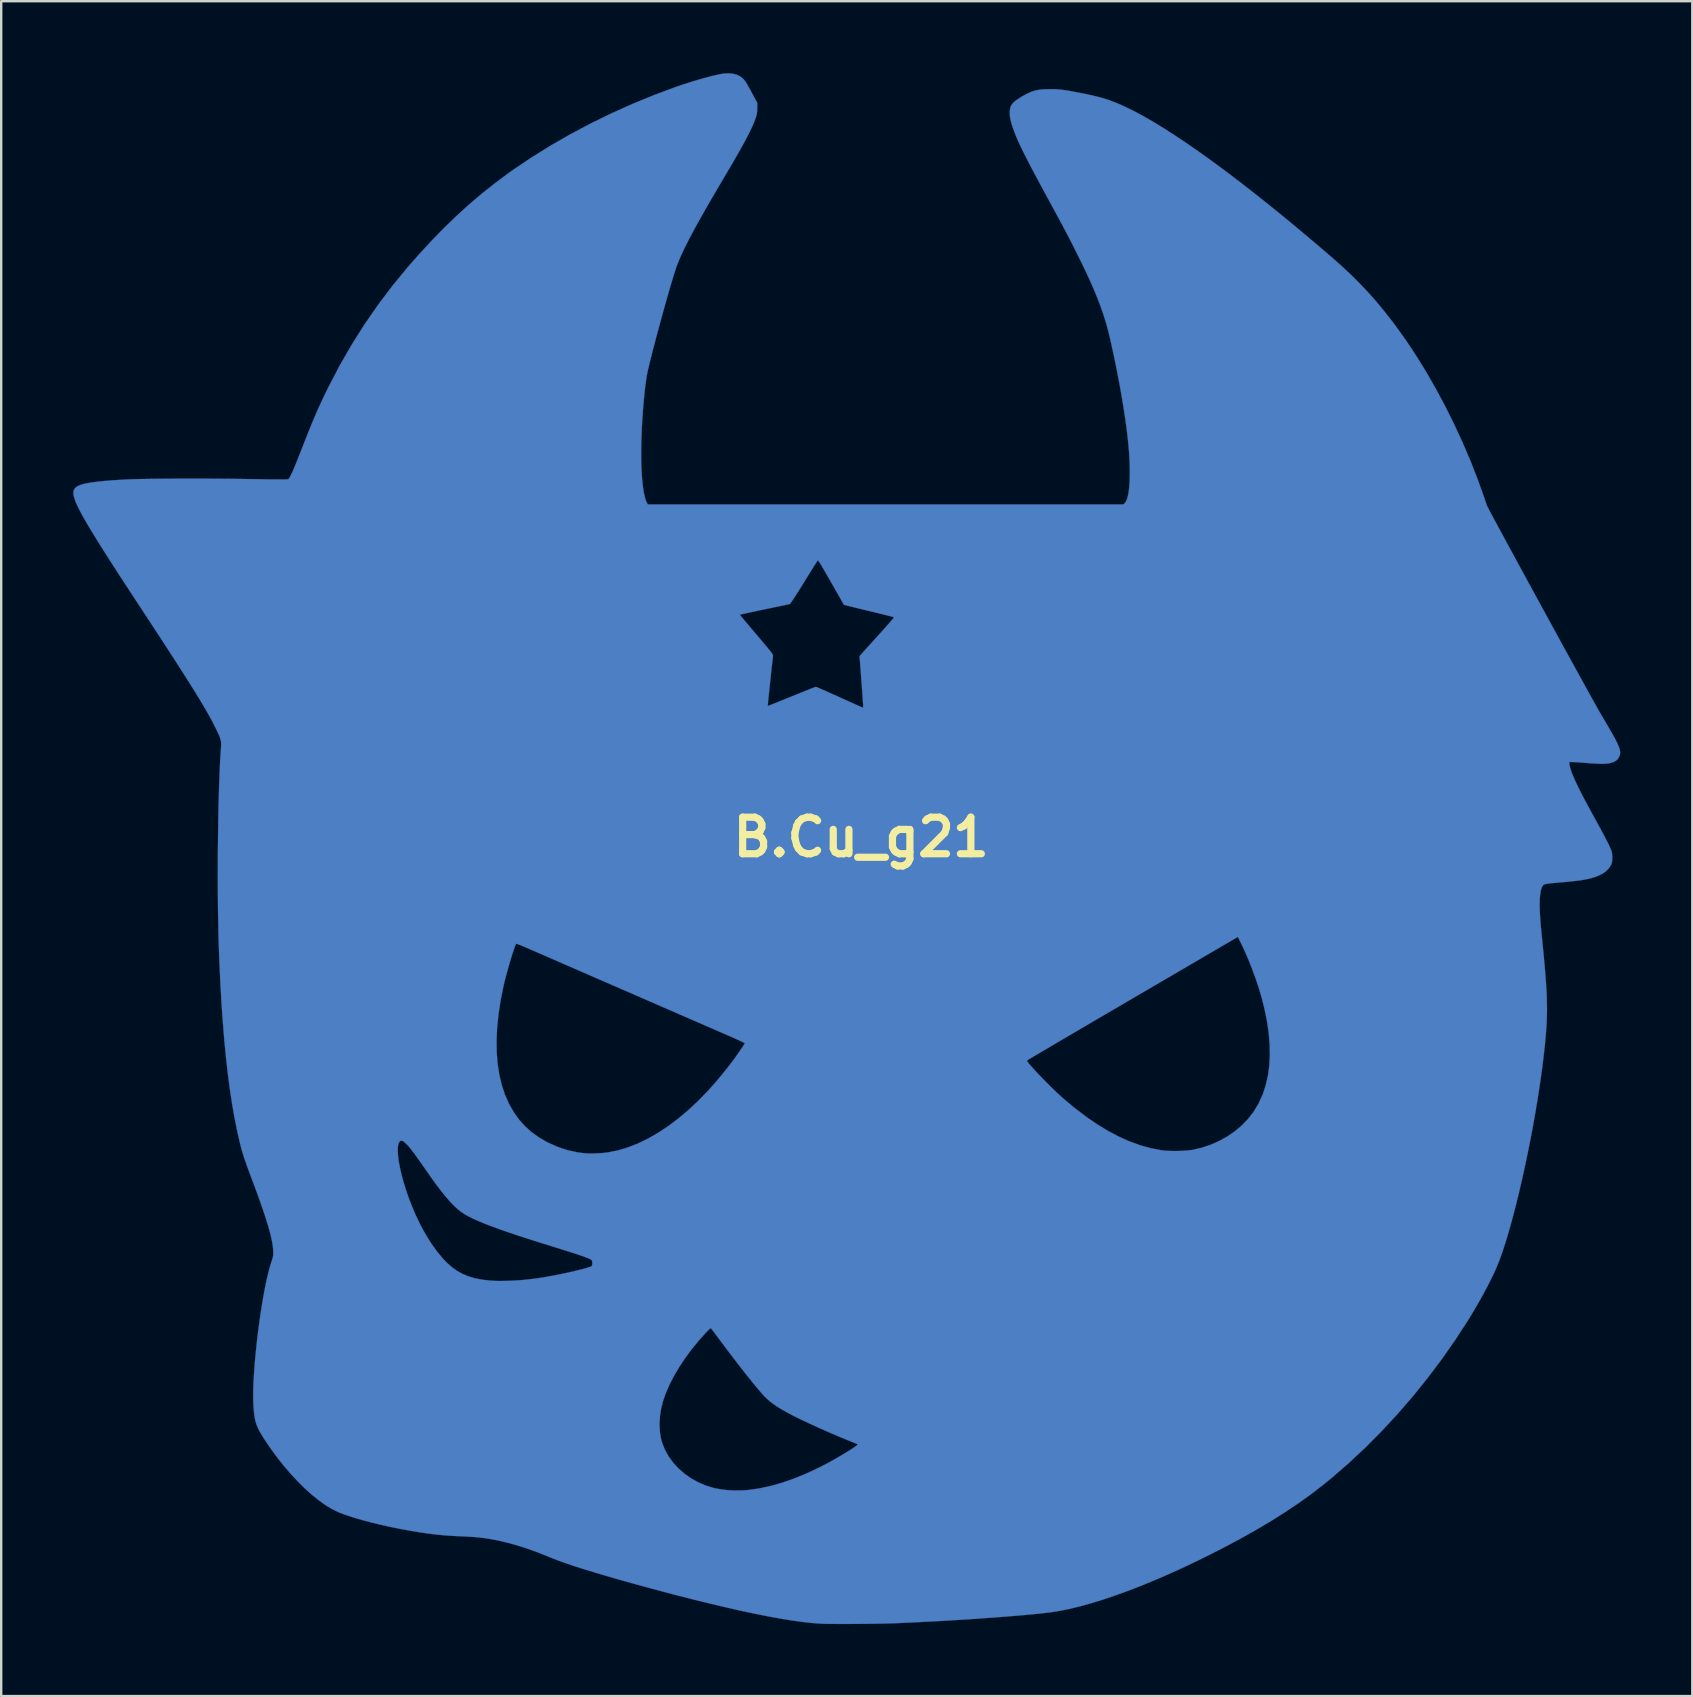
<source format=kicad_pcb>
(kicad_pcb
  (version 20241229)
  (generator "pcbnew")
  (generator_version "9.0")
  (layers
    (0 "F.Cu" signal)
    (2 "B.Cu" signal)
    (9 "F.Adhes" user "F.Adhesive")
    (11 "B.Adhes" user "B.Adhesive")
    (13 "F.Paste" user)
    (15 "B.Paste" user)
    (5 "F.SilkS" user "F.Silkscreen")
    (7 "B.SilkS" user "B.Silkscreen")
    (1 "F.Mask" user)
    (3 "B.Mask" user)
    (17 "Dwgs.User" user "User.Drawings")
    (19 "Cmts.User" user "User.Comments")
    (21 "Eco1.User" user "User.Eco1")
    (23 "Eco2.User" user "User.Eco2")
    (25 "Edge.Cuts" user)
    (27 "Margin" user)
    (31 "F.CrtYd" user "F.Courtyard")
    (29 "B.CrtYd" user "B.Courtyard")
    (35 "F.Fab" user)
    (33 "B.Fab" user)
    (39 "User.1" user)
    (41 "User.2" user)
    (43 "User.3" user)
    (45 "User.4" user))
  (footprint "B.Cu_g21"
    (layer "F.Cu")
    (at 32.827 31.831)
    (property "Reference" "B.Cu_g21" (at 0 0 0) (layer "F.SilkS") (effects (font (size 1.524 1.524) (thickness 0.3))))
    (attr through_hole)
    (fp_poly (pts (xy -5.335 -31.808) (xy -5.164 -31.76) (xy -5.017 -31.685) (xy -4.921 -31.606) (xy -4.888 -31.57) (xy -4.856 -31.532) (xy -4.823 -31.487) (xy -4.786 -31.43) (xy -4.742 -31.356) (xy -4.688 -31.26) (xy -4.62 -31.137) (xy -4.537 -30.982) (xy -4.517 -30.946) (xy -4.329 -30.596) (xy -4.33 -30.374) (xy -4.332 -30.262) (xy -4.339 -30.174) (xy -4.355 -30.093) (xy -4.382 -30.001) (xy -4.399 -29.951) (xy -4.444 -29.828) (xy -4.499 -29.694) (xy -4.566 -29.546) (xy -4.645 -29.381) (xy -4.739 -29.197) (xy -4.847 -28.992) (xy -4.972 -28.764) (xy -5.115 -28.51) (xy -5.277 -28.228) (xy -5.458 -27.916) (xy -5.662 -27.571) (xy -5.725 -27.464) (xy -5.995 -27.006) (xy -6.243 -26.583) (xy -6.469 -26.191) (xy -6.674 -25.83) (xy -6.859 -25.497) (xy -7.025 -25.191) (xy -7.173 -24.91) (xy -7.304 -24.653) (xy -7.418 -24.418) (xy -7.517 -24.203) (xy -7.601 -24.006) (xy -7.672 -23.827) (xy -7.716 -23.702) (xy -7.763 -23.558) (xy -7.818 -23.382) (xy -7.88 -23.178) (xy -7.948 -22.95) (xy -8.02 -22.701) (xy -8.096 -22.436) (xy -8.174 -22.158) (xy -8.254 -21.872) (xy -8.334 -21.581) (xy -8.413 -21.289) (xy -8.491 -21.001) (xy -8.566 -20.719) (xy -8.637 -20.449) (xy -8.703 -20.194) (xy -8.763 -19.957) (xy -8.816 -19.743) (xy -8.861 -19.556) (xy -8.897 -19.399) (xy -8.922 -19.277) (xy -8.932 -19.226) (xy -8.967 -18.99) (xy -9.002 -18.719) (xy -9.034 -18.418) (xy -9.065 -18.095) (xy -9.092 -17.756) (xy -9.116 -17.408) (xy -9.136 -17.056) (xy -9.144 -16.891) (xy -9.158 -16.498) (xy -9.164 -16.121) (xy -9.163 -15.763) (xy -9.154 -15.427) (xy -9.139 -15.116) (xy -9.117 -14.832) (xy -9.088 -14.577) (xy -9.053 -14.355) (xy -9.011 -14.168) (xy -8.963 -14.019) (xy -8.933 -13.951) (xy -8.889 -13.864) (xy 10.916 -13.864) (xy 10.971 -13.907) (xy 11.028 -13.975) (xy 11.076 -14.083) (xy 11.117 -14.227) (xy 11.15 -14.405) (xy 11.173 -14.615) (xy 11.189 -14.854) (xy 11.195 -15.119) (xy 11.193 -15.41) (xy 11.182 -15.721) (xy 11.162 -16.053) (xy 11.132 -16.401) (xy 11.122 -16.499) (xy 11.073 -16.93) (xy 11.01 -17.394) (xy 10.936 -17.888) (xy 10.85 -18.404) (xy 10.754 -18.937) (xy 10.649 -19.483) (xy 10.536 -20.034) (xy 10.423 -20.553) (xy 10.369 -20.788) (xy 10.321 -20.991) (xy 10.276 -21.17) (xy 10.231 -21.335) (xy 10.184 -21.494) (xy 10.133 -21.658) (xy 10.075 -21.834) (xy 10.062 -21.87) (xy 9.969 -22.136) (xy 9.867 -22.405) (xy 9.755 -22.683) (xy 9.631 -22.974) (xy 9.493 -23.282) (xy 9.338 -23.614) (xy 9.165 -23.973) (xy 9.024 -24.257) (xy 8.943 -24.42) (xy 8.867 -24.57) (xy 8.796 -24.711) (xy 8.727 -24.847) (xy 8.658 -24.981) (xy 8.586 -25.118) (xy 8.51 -25.263) (xy 8.428 -25.418) (xy 8.337 -25.588) (xy 8.235 -25.778) (xy 8.12 -25.99) (xy 7.99 -26.23) (xy 7.843 -26.501) (xy 7.768 -26.638) (xy 7.57 -27.004) (xy 7.392 -27.335) (xy 7.232 -27.634) (xy 7.089 -27.904) (xy 6.962 -28.148) (xy 6.849 -28.368) (xy 6.75 -28.566) (xy 6.663 -28.745) (xy 6.586 -28.908) (xy 6.519 -29.057) (xy 6.46 -29.194) (xy 6.408 -29.323) (xy 6.375 -29.411) (xy 6.307 -29.6) (xy 6.257 -29.76) (xy 6.223 -29.898) (xy 6.202 -30.021) (xy 6.194 -30.139) (xy 6.193 -30.163) (xy 6.198 -30.288) (xy 6.216 -30.395) (xy 6.253 -30.488) (xy 6.313 -30.574) (xy 6.399 -30.657) (xy 6.516 -30.743) (xy 6.667 -30.839) (xy 6.696 -30.856) (xy 6.879 -30.958) (xy 7.042 -31.036) (xy 7.198 -31.093) (xy 7.357 -31.131) (xy 7.53 -31.154) (xy 7.728 -31.165) (xy 7.853 -31.166) (xy 7.984 -31.165) (xy 8.103 -31.162) (xy 8.218 -31.155) (xy 8.335 -31.144) (xy 8.461 -31.128) (xy 8.602 -31.107) (xy 8.765 -31.078) (xy 8.958 -31.042) (xy 9.144 -31.006) (xy 9.432 -30.948) (xy 9.685 -30.892) (xy 9.912 -30.836) (xy 10.121 -30.777) (xy 10.319 -30.713) (xy 10.514 -30.641) (xy 10.715 -30.559) (xy 10.928 -30.465) (xy 10.986 -30.439) (xy 11.35 -30.261) (xy 11.742 -30.052) (xy 12.16 -29.812) (xy 12.604 -29.541) (xy 13.072 -29.241) (xy 13.564 -28.912) (xy 14.079 -28.555) (xy 14.617 -28.169) (xy 15.176 -27.756) (xy 15.756 -27.316) (xy 16.356 -26.85) (xy 16.975 -26.358) (xy 17.613 -25.841) (xy 18.268 -25.299) (xy 18.94 -24.733) (xy 19.569 -24.195) (xy 19.996 -23.818) (xy 20.391 -23.45) (xy 20.762 -23.083) (xy 21.114 -22.711) (xy 21.456 -22.325) (xy 21.793 -21.918) (xy 22.133 -21.483) (xy 22.244 -21.336) (xy 22.682 -20.728) (xy 23.111 -20.082) (xy 23.531 -19.403) (xy 23.937 -18.698) (xy 24.327 -17.969) (xy 24.699 -17.223) (xy 25.051 -16.464) (xy 25.379 -15.697) (xy 25.681 -14.926) (xy 25.907 -14.298) (xy 25.951 -14.17) (xy 25.993 -14.049) (xy 26.03 -13.942) (xy 26.059 -13.859) (xy 26.075 -13.811) (xy 26.09 -13.78) (xy 26.124 -13.714) (xy 26.175 -13.615) (xy 26.244 -13.485) (xy 26.329 -13.326) (xy 26.429 -13.14) (xy 26.543 -12.929) (xy 26.669 -12.696) (xy 26.807 -12.441) (xy 26.955 -12.167) (xy 27.113 -11.877) (xy 27.279 -11.572) (xy 27.451 -11.254) (xy 27.63 -10.925) (xy 27.814 -10.588) (xy 28.002 -10.244) (xy 28.192 -9.895) (xy 28.384 -9.544) (xy 28.576 -9.192) (xy 28.768 -8.842) (xy 28.958 -8.495) (xy 29.145 -8.153) (xy 29.328 -7.819) (xy 29.506 -7.495) (xy 29.678 -7.182) (xy 29.843 -6.882) (xy 29.999 -6.598) (xy 30.146 -6.332) (xy 30.282 -6.086) (xy 30.406 -5.861) (xy 30.518 -5.66) (xy 30.616 -5.485) (xy 30.698 -5.337) (xy 30.765 -5.22) (xy 30.814 -5.134) (xy 30.833 -5.101) (xy 30.993 -4.832) (xy 31.132 -4.595) (xy 31.251 -4.389) (xy 31.351 -4.211) (xy 31.434 -4.058) (xy 31.5 -3.926) (xy 31.55 -3.814) (xy 31.587 -3.719) (xy 31.61 -3.638) (xy 31.622 -3.567) (xy 31.624 -3.505) (xy 31.616 -3.448) (xy 31.6 -3.394) (xy 31.583 -3.354) (xy 31.524 -3.258) (xy 31.44 -3.181) (xy 31.33 -3.124) (xy 31.19 -3.085) (xy 31.018 -3.063) (xy 30.812 -3.058) (xy 30.577 -3.069) (xy 30.437 -3.079) (xy 30.285 -3.09) (xy 30.138 -3.101) (xy 30.014 -3.111) (xy 30.004 -3.112) (xy 29.89 -3.12) (xy 29.777 -3.126) (xy 29.681 -3.131) (xy 29.625 -3.132) (xy 29.501 -3.133) (xy 29.514 -3.014) (xy 29.538 -2.898) (xy 29.586 -2.747) (xy 29.657 -2.563) (xy 29.752 -2.346) (xy 29.87 -2.097) (xy 30.011 -1.816) (xy 30.174 -1.504) (xy 30.352 -1.175) (xy 30.512 -0.884) (xy 30.652 -0.628) (xy 30.773 -0.404) (xy 30.878 -0.21) (xy 30.967 -0.043) (xy 31.041 0.098) (xy 31.101 0.216) (xy 31.15 0.314) (xy 31.187 0.394) (xy 31.215 0.457) (xy 31.215 0.458) (xy 31.253 0.554) (xy 31.276 0.629) (xy 31.288 0.702) (xy 31.293 0.789) (xy 31.294 0.847) (xy 31.293 0.947) (xy 31.287 1.019) (xy 31.274 1.077) (xy 31.252 1.134) (xy 31.236 1.168) (xy 31.142 1.311) (xy 31.01 1.438) (xy 30.839 1.547) (xy 30.631 1.64) (xy 30.39 1.714) (xy 30.277 1.74) (xy 30.157 1.764) (xy 30.023 1.787) (xy 29.872 1.808) (xy 29.697 1.829) (xy 29.493 1.85) (xy 29.255 1.872) (xy 29.116 1.884) (xy 28.93 1.9) (xy 28.781 1.915) (xy 28.665 1.928) (xy 28.577 1.94) (xy 28.512 1.953) (xy 28.466 1.967) (xy 28.434 1.984) (xy 28.411 2.003) (xy 28.401 2.015) (xy 28.355 2.101) (xy 28.318 2.225) (xy 28.291 2.384) (xy 28.274 2.575) (xy 28.268 2.794) (xy 28.273 3.039) (xy 28.278 3.143) (xy 28.284 3.239) (xy 28.289 3.323) (xy 28.294 3.402) (xy 28.299 3.48) (xy 28.306 3.561) (xy 28.313 3.651) (xy 28.323 3.755) (xy 28.334 3.877) (xy 28.348 4.023) (xy 28.366 4.198) (xy 28.386 4.407) (xy 28.404 4.583) (xy 28.445 5.005) (xy 28.48 5.39) (xy 28.509 5.741) (xy 28.533 6.064) (xy 28.552 6.363) (xy 28.565 6.642) (xy 28.572 6.906) (xy 28.574 7.159) (xy 28.572 7.405) (xy 28.564 7.649) (xy 28.551 7.896) (xy 28.533 8.149) (xy 28.51 8.414) (xy 28.489 8.636) (xy 28.438 9.102) (xy 28.379 9.587) (xy 28.31 10.088) (xy 28.233 10.601) (xy 28.149 11.123) (xy 28.059 11.652) (xy 27.963 12.183) (xy 27.861 12.713) (xy 27.755 13.24) (xy 27.645 13.76) (xy 27.532 14.271) (xy 27.417 14.768) (xy 27.299 15.249) (xy 27.181 15.71) (xy 27.063 16.148) (xy 26.944 16.561) (xy 26.827 16.944) (xy 26.712 17.295) (xy 26.598 17.611) (xy 26.488 17.887) (xy 26.48 17.907) (xy 26.369 18.156) (xy 26.235 18.433) (xy 26.084 18.73) (xy 25.918 19.041) (xy 25.74 19.36) (xy 25.555 19.68) (xy 25.366 19.994) (xy 25.309 20.087) (xy 24.773 20.914) (xy 24.207 21.725) (xy 23.612 22.517) (xy 22.992 23.287) (xy 22.348 24.031) (xy 21.684 24.748) (xy 21.002 25.434) (xy 20.305 26.085) (xy 19.596 26.7) (xy 19.236 26.993) (xy 18.747 27.37) (xy 18.225 27.744) (xy 17.668 28.117) (xy 17.077 28.49) (xy 16.448 28.863) (xy 15.781 29.237) (xy 15.075 29.613) (xy 14.329 29.991) (xy 14.235 30.037) (xy 13.604 30.341) (xy 12.983 30.627) (xy 12.375 30.893) (xy 11.781 31.14) (xy 11.203 31.366) (xy 10.645 31.57) (xy 10.107 31.753) (xy 9.593 31.912) (xy 9.105 32.047) (xy 8.645 32.158) (xy 8.214 32.242) (xy 8.123 32.258) (xy 7.941 32.285) (xy 7.719 32.313) (xy 7.461 32.342) (xy 7.17 32.372) (xy 6.847 32.402) (xy 6.497 32.433) (xy 6.121 32.464) (xy 5.723 32.495) (xy 5.306 32.526) (xy 4.872 32.556) (xy 4.424 32.586) (xy 3.966 32.615) (xy 3.5 32.643) (xy 3.029 32.669) (xy 2.555 32.694) (xy 2.083 32.717) (xy 1.614 32.739) (xy 1.45 32.746) (xy 1.297 32.751) (xy 1.115 32.756) (xy 0.909 32.761) (xy 0.683 32.765) (xy 0.443 32.769) (xy 0.193 32.772) (xy -0.062 32.774) (xy -0.316 32.776) (xy -0.564 32.777) (xy -0.802 32.777) (xy -1.025 32.777) (xy -1.228 32.775) (xy -1.406 32.774) (xy -1.553 32.771) (xy -1.665 32.767) (xy -1.702 32.765) (xy -2.055 32.737) (xy -2.446 32.693) (xy -2.876 32.634) (xy -3.344 32.558) (xy -3.85 32.466) (xy -4.394 32.358) (xy -4.976 32.235) (xy -5.595 32.095) (xy -6.252 31.94) (xy -6.945 31.77) (xy -7.675 31.584) (xy -8.441 31.382) (xy -8.932 31.249) (xy -9.536 31.084) (xy -10.098 30.926) (xy -10.619 30.776) (xy -11.099 30.633) (xy -11.537 30.499) (xy -11.934 30.372) (xy -12.289 30.253) (xy -12.604 30.141) (xy -12.877 30.037) (xy -13.069 29.958) (xy -13.474 29.795) (xy -13.894 29.644) (xy -14.317 29.509) (xy -14.733 29.393) (xy -15.132 29.299) (xy -15.315 29.263) (xy -15.521 29.227) (xy -15.716 29.198) (xy -15.909 29.175) (xy -16.111 29.156) (xy -16.333 29.141) (xy -16.583 29.129) (xy -16.681 29.125) (xy -17.019 29.109) (xy -17.348 29.086) (xy -17.677 29.055) (xy -18.012 29.015) (xy -18.361 28.964) (xy -18.733 28.903) (xy -19.134 28.83) (xy -19.315 28.795) (xy -19.66 28.724) (xy -20.003 28.647) (xy -20.337 28.567) (xy -20.657 28.484) (xy -20.959 28.399) (xy -21.236 28.315) (xy -21.485 28.233) (xy -21.699 28.153) (xy -21.787 28.117) (xy -22.047 27.989) (xy -22.318 27.825) (xy -22.598 27.625) (xy -22.885 27.393) (xy -23.176 27.132) (xy -23.468 26.843) (xy -23.759 26.53) (xy -24.047 26.195) (xy -24.328 25.841) (xy -24.6 25.469) (xy -24.812 25.157) (xy -24.937 24.963) (xy -25.038 24.794) (xy -25.118 24.642) (xy -25.18 24.497) (xy -25.189 24.469) (xy -8.401 24.469) (xy -8.384 24.779) (xy -8.334 25.072) (xy -8.287 25.24) (xy -8.171 25.528) (xy -8.017 25.802) (xy -7.829 26.06) (xy -7.61 26.299) (xy -7.362 26.515) (xy -7.089 26.708) (xy -6.795 26.873) (xy -6.482 27.008) (xy -6.153 27.11) (xy -6.085 27.126) (xy -5.832 27.173) (xy -5.552 27.204) (xy -5.258 27.218) (xy -4.963 27.215) (xy -4.717 27.199) (xy -4.256 27.134) (xy -3.779 27.032) (xy -3.286 26.892) (xy -2.779 26.715) (xy -2.258 26.501) (xy -1.725 26.25) (xy -1.545 26.158) (xy -1.397 26.08) (xy -1.241 25.994) (xy -1.081 25.904) (xy -0.922 25.812) (xy -0.767 25.72) (xy -0.62 25.63) (xy -0.485 25.547) (xy -0.367 25.471) (xy -0.27 25.405) (xy -0.197 25.352) (xy -0.153 25.315) (xy -0.141 25.295) (xy -0.142 25.294) (xy -0.167 25.281) (xy -0.224 25.256) (xy -0.303 25.224) (xy -0.392 25.188) (xy -0.638 25.089) (xy -0.905 24.979) (xy -1.187 24.859) (xy -1.474 24.734) (xy -1.761 24.606) (xy -2.041 24.479) (xy -2.305 24.356) (xy -2.547 24.241) (xy -2.759 24.136) (xy -2.832 24.098) (xy -3.081 23.967) (xy -3.295 23.846) (xy -3.481 23.734) (xy -3.642 23.625) (xy -3.786 23.516) (xy -3.916 23.403) (xy -4.038 23.283) (xy -4.146 23.164) (xy -4.286 23.001) (xy -4.446 22.808) (xy -4.625 22.587) (xy -4.819 22.344) (xy -5.025 22.081) (xy -5.24 21.803) (xy -5.461 21.514) (xy -5.685 21.217) (xy -5.909 20.917) (xy -5.967 20.839) (xy -6.049 20.728) (xy -6.123 20.63) (xy -6.185 20.548) (xy -6.232 20.489) (xy -6.259 20.456) (xy -6.264 20.452) (xy -6.286 20.464) (xy -6.331 20.504) (xy -6.395 20.568) (xy -6.475 20.651) (xy -6.566 20.75) (xy -6.665 20.86) (xy -6.767 20.977) (xy -6.786 20.998) (xy -7.075 21.353) (xy -7.342 21.716) (xy -7.584 22.082) (xy -7.799 22.447) (xy -7.984 22.806) (xy -8.136 23.156) (xy -8.252 23.488) (xy -8.335 23.818) (xy -8.384 24.147) (xy -8.401 24.469) (xy -25.189 24.469) (xy -25.227 24.353) (xy -25.262 24.2) (xy -25.287 24.029) (xy -25.306 23.834) (xy -25.317 23.686) (xy -25.326 23.44) (xy -25.327 23.161) (xy -25.32 22.853) (xy -25.304 22.52) (xy -25.281 22.167) (xy -25.252 21.797) (xy -25.216 21.416) (xy -25.175 21.028) (xy -25.128 20.636) (xy -25.077 20.247) (xy -25.023 19.863) (xy -24.964 19.489) (xy -24.903 19.13) (xy -24.84 18.79) (xy -24.775 18.474) (xy -24.708 18.185) (xy -24.641 17.929) (xy -24.574 17.71) (xy -24.555 17.653) (xy -24.518 17.536) (xy -24.497 17.436) (xy -24.49 17.331) (xy -24.49 17.314) (xy -24.496 17.175) (xy -24.513 17.018) (xy -24.542 16.843) (xy -24.583 16.647) (xy -24.639 16.427) (xy -24.708 16.182) (xy -24.792 15.91) (xy -24.891 15.608) (xy -25.005 15.276) (xy -25.136 14.909) (xy -25.284 14.507) (xy -25.343 14.351) (xy -25.437 14.099) (xy -25.518 13.881) (xy -25.587 13.693) (xy -25.645 13.528) (xy -25.695 13.384) (xy -25.738 13.253) (xy -25.775 13.131) (xy -25.809 13.014) (xy -25.815 12.991) (xy -19.306 12.991) (xy -19.303 13.16) (xy -19.284 13.355) (xy -19.252 13.573) (xy -19.205 13.811) (xy -19.146 14.066) (xy -19.074 14.335) (xy -18.989 14.614) (xy -18.894 14.901) (xy -18.787 15.191) (xy -18.752 15.282) (xy -18.565 15.728) (xy -18.363 16.149) (xy -18.149 16.542) (xy -17.924 16.905) (xy -17.69 17.235) (xy -17.45 17.527) (xy -17.269 17.718) (xy -17.061 17.905) (xy -16.843 18.062) (xy -16.61 18.192) (xy -16.359 18.297) (xy -16.084 18.377) (xy -15.781 18.436) (xy -15.445 18.474) (xy -15.391 18.478) (xy -15.229 18.486) (xy -15.036 18.489) (xy -14.822 18.486) (xy -14.598 18.48) (xy -14.374 18.468) (xy -14.16 18.453) (xy -14.065 18.444) (xy -13.831 18.42) (xy -13.615 18.394) (xy -13.404 18.364) (xy -13.183 18.329) (xy -12.939 18.285) (xy -12.89 18.277) (xy -12.7 18.24) (xy -12.503 18.2) (xy -12.305 18.158) (xy -12.11 18.115) (xy -11.923 18.071) (xy -11.749 18.029) (xy -11.591 17.989) (xy -11.456 17.952) (xy -11.348 17.919) (xy -11.271 17.893) (xy -11.23 17.873) (xy -11.227 17.87) (xy -11.207 17.827) (xy -11.198 17.761) (xy -11.202 17.691) (xy -11.218 17.635) (xy -11.224 17.625) (xy -11.248 17.603) (xy -11.294 17.576) (xy -11.364 17.544) (xy -11.46 17.506) (xy -11.584 17.46) (xy -11.739 17.407) (xy -11.927 17.345) (xy -12.152 17.273) (xy -12.414 17.19) (xy -12.523 17.156) (xy -12.664 17.112) (xy -12.828 17.061) (xy -13.006 17.005) (xy -13.189 16.948) (xy -13.369 16.892) (xy -13.4 16.882) (xy -13.881 16.73) (xy -14.321 16.587) (xy -14.722 16.452) (xy -15.086 16.325) (xy -15.412 16.205) (xy -15.702 16.092) (xy -15.958 15.986) (xy -16.179 15.886) (xy -16.369 15.791) (xy -16.527 15.702) (xy -16.654 15.617) (xy -16.669 15.607) (xy -16.82 15.484) (xy -16.978 15.336) (xy -17.144 15.162) (xy -17.319 14.96) (xy -17.507 14.727) (xy -17.709 14.46) (xy -17.926 14.158) (xy -18.006 14.044) (xy -18.165 13.816) (xy -18.302 13.62) (xy -18.42 13.453) (xy -18.521 13.312) (xy -18.606 13.194) (xy -18.679 13.096) (xy -18.741 13.015) (xy -18.794 12.948) (xy -18.841 12.891) (xy -18.884 12.843) (xy -18.912 12.813) (xy -19.005 12.724) (xy -19.079 12.667) (xy -19.138 12.643) (xy -19.187 12.648) (xy -19.223 12.673) (xy -19.267 12.744) (xy -19.295 12.851) (xy -19.306 12.991) (xy -25.815 12.991) (xy -25.841 12.896) (xy -25.872 12.771) (xy -25.898 12.668) (xy -26.01 12.169) (xy -26.115 11.638) (xy -26.213 11.075) (xy -26.303 10.48) (xy -26.385 9.85) (xy -26.46 9.186) (xy -26.528 8.485) (xy -26.531 8.459) (xy -15.19 8.459) (xy -15.183 8.964) (xy -15.145 9.444) (xy -15.074 9.898) (xy -14.972 10.327) (xy -14.839 10.728) (xy -14.674 11.102) (xy -14.477 11.449) (xy -14.462 11.472) (xy -14.244 11.773) (xy -14.002 12.044) (xy -13.731 12.286) (xy -13.429 12.504) (xy -13.092 12.699) (xy -13.028 12.732) (xy -12.636 12.905) (xy -12.234 13.038) (xy -11.824 13.129) (xy -11.557 13.165) (xy -11.423 13.174) (xy -11.26 13.177) (xy -11.08 13.174) (xy -10.897 13.166) (xy -10.722 13.153) (xy -10.57 13.135) (xy -10.556 13.133) (xy -10.143 13.051) (xy -9.726 12.927) (xy -9.306 12.764) (xy -8.884 12.56) (xy -8.461 12.318) (xy -8.038 12.038) (xy -7.616 11.72) (xy -7.196 11.366) (xy -6.78 10.976) (xy -6.368 10.552) (xy -5.962 10.093) (xy -5.563 9.601) (xy -5.407 9.398) (xy -5.338 9.305) (xy 6.907 9.305) (xy 6.917 9.333) (xy 6.954 9.386) (xy 7.016 9.463) (xy 7.099 9.558) (xy 7.2 9.67) (xy 7.315 9.795) (xy 7.442 9.928) (xy 7.577 10.068) (xy 7.717 10.211) (xy 7.859 10.353) (xy 8 10.492) (xy 8.136 10.623) (xy 8.265 10.743) (xy 8.383 10.85) (xy 8.412 10.876) (xy 8.89 11.276) (xy 9.36 11.636) (xy 9.823 11.954) (xy 10.28 12.233) (xy 10.732 12.472) (xy 11.179 12.672) (xy 11.623 12.833) (xy 12.065 12.956) (xy 12.504 13.041) (xy 12.552 13.048) (xy 12.688 13.062) (xy 12.854 13.07) (xy 13.039 13.073) (xy 13.231 13.072) (xy 13.42 13.065) (xy 13.594 13.053) (xy 13.742 13.037) (xy 13.801 13.028) (xy 14.187 12.939) (xy 14.56 12.815) (xy 14.918 12.657) (xy 15.256 12.469) (xy 15.572 12.252) (xy 15.861 12.008) (xy 16.12 11.74) (xy 16.345 11.45) (xy 16.374 11.407) (xy 16.568 11.078) (xy 16.729 10.724) (xy 16.855 10.346) (xy 16.948 9.944) (xy 17.006 9.519) (xy 17.03 9.071) (xy 17.02 8.601) (xy 16.977 8.11) (xy 16.898 7.597) (xy 16.786 7.065) (xy 16.698 6.72) (xy 16.581 6.321) (xy 16.444 5.906) (xy 16.29 5.486) (xy 16.126 5.074) (xy 15.953 4.68) (xy 15.779 4.316) (xy 15.767 4.293) (xy 15.695 4.152) (xy 11.304 6.718) (xy 10.906 6.951) (xy 10.518 7.178) (xy 10.141 7.399) (xy 9.776 7.612) (xy 9.426 7.817) (xy 9.092 8.013) (xy 8.776 8.199) (xy 8.478 8.373) (xy 8.202 8.536) (xy 7.948 8.686) (xy 7.717 8.822) (xy 7.512 8.942) (xy 7.334 9.048) (xy 7.185 9.136) (xy 7.066 9.207) (xy 6.979 9.259) (xy 6.925 9.292) (xy 6.907 9.305) (xy 6.907 9.305) (xy -5.338 9.305) (xy -5.327 9.29) (xy -5.243 9.174) (xy -5.158 9.055) (xy -5.077 8.939) (xy -5.002 8.831) (xy -4.938 8.736) (xy -4.889 8.659) (xy -4.857 8.607) (xy -4.847 8.584) (xy -4.866 8.571) (xy -4.92 8.543) (xy -5.004 8.502) (xy -5.115 8.45) (xy -5.249 8.39) (xy -5.401 8.321) (xy -5.568 8.248) (xy -5.646 8.214) (xy -5.84 8.13) (xy -6.04 8.043) (xy -6.238 7.956) (xy -6.428 7.874) (xy -6.601 7.799) (xy -6.75 7.734) (xy -6.868 7.683) (xy -6.869 7.682) (xy -6.98 7.634) (xy -7.124 7.571) (xy -7.298 7.496) (xy -7.499 7.408) (xy -7.724 7.311) (xy -7.969 7.204) (xy -8.231 7.09) (xy -8.508 6.969) (xy -8.796 6.844) (xy -9.093 6.715) (xy -9.394 6.583) (xy -9.698 6.451) (xy -10 6.32) (xy -10.297 6.19) (xy -10.588 6.064) (xy -10.868 5.942) (xy -11.134 5.826) (xy -11.383 5.718) (xy -11.613 5.618) (xy -11.82 5.528) (xy -12 5.449) (xy -12.152 5.383) (xy -12.271 5.331) (xy -12.355 5.295) (xy -12.361 5.292) (xy -12.627 5.176) (xy -12.857 5.076) (xy -13.055 4.989) (xy -13.226 4.915) (xy -13.372 4.851) (xy -13.498 4.797) (xy -13.607 4.749) (xy -13.702 4.708) (xy -13.787 4.671) (xy -13.867 4.636) (xy -13.944 4.603) (xy -14.021 4.569) (xy -14.132 4.522) (xy -14.229 4.484) (xy -14.306 4.455) (xy -14.357 4.44) (xy -14.374 4.439) (xy -14.394 4.475) (xy -14.423 4.547) (xy -14.46 4.65) (xy -14.503 4.779) (xy -14.551 4.929) (xy -14.602 5.095) (xy -14.654 5.271) (xy -14.706 5.453) (xy -14.757 5.636) (xy -14.805 5.814) (xy -14.848 5.983) (xy -14.886 6.138) (xy -14.899 6.198) (xy -15.02 6.798) (xy -15.108 7.375) (xy -15.165 7.929) (xy -15.19 8.459) (xy -26.531 8.459) (xy -26.589 7.748) (xy -26.644 6.972) (xy -26.691 6.158) (xy -26.731 5.303) (xy -26.755 4.688) (xy -26.768 4.285) (xy -26.779 3.855) (xy -26.788 3.404) (xy -26.795 2.934) (xy -26.799 2.449) (xy -26.802 1.954) (xy -26.802 1.452) (xy -26.801 0.947) (xy -26.798 0.443) (xy -26.792 -0.057) (xy -26.785 -0.549) (xy -26.777 -1.029) (xy -26.766 -1.492) (xy -26.754 -1.936) (xy -26.74 -2.357) (xy -26.725 -2.75) (xy -26.708 -3.112) (xy -26.689 -3.439) (xy -26.67 -3.711) (xy -26.663 -3.818) (xy -26.663 -3.91) (xy -26.67 -3.994) (xy -26.688 -4.077) (xy -26.718 -4.169) (xy -26.762 -4.276) (xy -26.823 -4.406) (xy -26.878 -4.52) (xy -26.943 -4.65) (xy -27.012 -4.785) (xy -27.087 -4.926) (xy -27.169 -5.075) (xy -27.259 -5.234) (xy -27.357 -5.403) (xy -27.465 -5.586) (xy -27.584 -5.784) (xy -27.715 -5.997) (xy -27.859 -6.228) (xy -28.016 -6.479) (xy -28.189 -6.751) (xy -28.377 -7.046) (xy -28.582 -7.365) (xy -28.805 -7.71) (xy -29.047 -8.082) (xy -29.309 -8.484) (xy -29.592 -8.917) (xy -29.822 -9.267) (xy -5.054 -9.267) (xy -5.039 -9.249) (xy -5 -9.201) (xy -4.939 -9.127) (xy -4.858 -9.031) (xy -4.76 -8.914) (xy -4.648 -8.781) (xy -4.524 -8.634) (xy -4.391 -8.476) (xy -4.353 -8.432) (xy -4.197 -8.247) (xy -4.066 -8.092) (xy -3.958 -7.963) (xy -3.871 -7.858) (xy -3.803 -7.774) (xy -3.752 -7.708) (xy -3.715 -7.657) (xy -3.69 -7.619) (xy -3.676 -7.591) (xy -3.67 -7.569) (xy -3.669 -7.552) (xy -3.67 -7.547) (xy -3.676 -7.501) (xy -3.686 -7.42) (xy -3.699 -7.311) (xy -3.714 -7.177) (xy -3.731 -7.024) (xy -3.75 -6.857) (xy -3.769 -6.68) (xy -3.788 -6.499) (xy -3.807 -6.318) (xy -3.826 -6.143) (xy -3.843 -5.978) (xy -3.858 -5.827) (xy -3.871 -5.697) (xy -3.881 -5.592) (xy -3.888 -5.517) (xy -3.89 -5.476) (xy -3.89 -5.471) (xy -3.869 -5.476) (xy -3.813 -5.497) (xy -3.725 -5.531) (xy -3.609 -5.576) (xy -3.469 -5.632) (xy -3.309 -5.696) (xy -3.132 -5.768) (xy -2.942 -5.845) (xy -2.898 -5.863) (xy -2.705 -5.942) (xy -2.523 -6.016) (xy -2.356 -6.083) (xy -2.209 -6.141) (xy -2.084 -6.191) (xy -1.986 -6.228) (xy -1.919 -6.253) (xy -1.886 -6.264) (xy -1.884 -6.265) (xy -1.859 -6.256) (xy -1.799 -6.231) (xy -1.709 -6.192) (xy -1.591 -6.141) (xy -1.45 -6.079) (xy -1.29 -6.007) (xy -1.114 -5.929) (xy -0.927 -5.844) (xy -0.9 -5.831) (xy -0.711 -5.746) (xy -0.535 -5.667) (xy -0.374 -5.594) (xy -0.232 -5.53) (xy -0.113 -5.477) (xy -0.021 -5.437) (xy 0.04 -5.41) (xy 0.068 -5.399) (xy 0.069 -5.398) (xy 0.079 -5.416) (xy 0.084 -5.462) (xy 0.085 -5.477) (xy 0.083 -5.514) (xy 0.079 -5.588) (xy 0.072 -5.696) (xy 0.062 -5.832) (xy 0.051 -5.992) (xy 0.038 -6.172) (xy 0.024 -6.366) (xy 0.011 -6.547) (xy -0.004 -6.747) (xy -0.018 -6.934) (xy -0.031 -7.104) (xy -0.042 -7.252) (xy -0.051 -7.374) (xy -0.058 -7.466) (xy -0.062 -7.525) (xy -0.064 -7.545) (xy -0.05 -7.561) (xy -0.01 -7.606) (xy 0.053 -7.677) (xy 0.136 -7.769) (xy 0.237 -7.882) (xy 0.354 -8.01) (xy 0.482 -8.152) (xy 0.621 -8.305) (xy 0.665 -8.353) (xy 0.822 -8.527) (xy 0.963 -8.684) (xy 1.086 -8.823) (xy 1.189 -8.941) (xy 1.271 -9.037) (xy 1.329 -9.108) (xy 1.362 -9.152) (xy 1.369 -9.167) (xy 1.344 -9.175) (xy 1.282 -9.191) (xy 1.187 -9.215) (xy 1.063 -9.246) (xy 0.913 -9.283) (xy 0.743 -9.326) (xy 0.556 -9.372) (xy 0.355 -9.42) (xy 0.315 -9.43) (xy -0.714 -9.681) (xy -1.249 -10.62) (xy -1.373 -10.837) (xy -1.477 -11.018) (xy -1.564 -11.168) (xy -1.635 -11.289) (xy -1.692 -11.382) (xy -1.736 -11.45) (xy -1.768 -11.497) (xy -1.79 -11.524) (xy -1.805 -11.534) (xy -1.81 -11.532) (xy -1.826 -11.509) (xy -1.862 -11.453) (xy -1.916 -11.369) (xy -1.985 -11.259) (xy -2.067 -11.128) (xy -2.16 -10.978) (xy -2.262 -10.814) (xy -2.37 -10.639) (xy -2.383 -10.618) (xy -2.516 -10.405) (xy -2.633 -10.217) (xy -2.736 -10.057) (xy -2.822 -9.925) (xy -2.89 -9.824) (xy -2.939 -9.755) (xy -2.968 -9.721) (xy -2.973 -9.717) (xy -3.002 -9.71) (xy -3.068 -9.695) (xy -3.167 -9.673) (xy -3.295 -9.646) (xy -3.448 -9.614) (xy -3.622 -9.578) (xy -3.812 -9.538) (xy -4.014 -9.497) (xy -4.038 -9.492) (xy -4.239 -9.45) (xy -4.427 -9.41) (xy -4.597 -9.374) (xy -4.747 -9.341) (xy -4.871 -9.314) (xy -4.966 -9.292) (xy -5.028 -9.276) (xy -5.053 -9.268) (xy -5.054 -9.267) (xy -29.822 -9.267) (xy -29.898 -9.383) (xy -30.081 -9.663) (xy -30.392 -10.136) (xy -30.679 -10.575) (xy -30.944 -10.982) (xy -31.187 -11.359) (xy -31.409 -11.706) (xy -31.612 -12.025) (xy -31.796 -12.318) (xy -31.961 -12.585) (xy -32.109 -12.828) (xy -32.24 -13.049) (xy -32.356 -13.248) (xy -32.457 -13.428) (xy -32.543 -13.589) (xy -32.616 -13.733) (xy -32.677 -13.862) (xy -32.726 -13.976) (xy -32.764 -14.077) (xy -32.792 -14.166) (xy -32.808 -14.234) (xy -32.822 -14.349) (xy -32.81 -14.441) (xy -32.768 -14.521) (xy -32.75 -14.544) (xy -32.695 -14.594) (xy -32.617 -14.639) (xy -32.515 -14.681) (xy -32.385 -14.719) (xy -32.226 -14.753) (xy -32.036 -14.784) (xy -31.814 -14.813) (xy -31.556 -14.839) (xy -31.262 -14.863) (xy -30.929 -14.886) (xy -30.639 -14.903) (xy -30.486 -14.91) (xy -30.294 -14.916) (xy -30.067 -14.922) (xy -29.809 -14.926) (xy -29.523 -14.93) (xy -29.213 -14.934) (xy -28.883 -14.936) (xy -28.536 -14.938) (xy -28.176 -14.939) (xy -27.807 -14.939) (xy -27.433 -14.939) (xy -27.056 -14.937) (xy -26.682 -14.935) (xy -26.312 -14.932) (xy -25.952 -14.928) (xy -25.604 -14.923) (xy -25.595 -14.923) (xy -25.285 -14.918) (xy -25.014 -14.914) (xy -24.781 -14.91) (xy -24.581 -14.908) (xy -24.413 -14.906) (xy -24.273 -14.905) (xy -24.159 -14.905) (xy -24.068 -14.905) (xy -23.997 -14.907) (xy -23.944 -14.909) (xy -23.906 -14.912) (xy -23.879 -14.916) (xy -23.862 -14.921) (xy -23.851 -14.927) (xy -23.844 -14.934) (xy -23.843 -14.936) (xy -23.802 -14.999) (xy -23.748 -15.103) (xy -23.682 -15.247) (xy -23.603 -15.429) (xy -23.512 -15.651) (xy -23.409 -15.911) (xy -23.361 -16.034) (xy -23.228 -16.375) (xy -23.107 -16.681) (xy -22.997 -16.958) (xy -22.895 -17.21) (xy -22.798 -17.442) (xy -22.705 -17.659) (xy -22.613 -17.867) (xy -22.521 -18.07) (xy -22.425 -18.274) (xy -22.325 -18.483) (xy -22.217 -18.702) (xy -22.18 -18.777) (xy -21.718 -19.663) (xy -21.22 -20.526) (xy -20.688 -21.368) (xy -20.119 -22.189) (xy -19.513 -22.99) (xy -18.869 -23.773) (xy -18.434 -24.267) (xy -17.904 -24.842) (xy -17.379 -25.38) (xy -16.857 -25.885) (xy -16.332 -26.362) (xy -15.8 -26.815) (xy -15.255 -27.248) (xy -14.695 -27.665) (xy -14.467 -27.826) (xy -13.712 -28.333) (xy -12.923 -28.823) (xy -12.103 -29.293) (xy -11.257 -29.741) (xy -10.391 -30.164) (xy -9.509 -30.559) (xy -8.615 -30.925) (xy -7.726 -31.256) (xy -7.472 -31.343) (xy -7.213 -31.427) (xy -6.953 -31.508) (xy -6.7 -31.583) (xy -6.457 -31.65) (xy -6.232 -31.709) (xy -6.03 -31.757) (xy -5.856 -31.793) (xy -5.728 -31.814) (xy -5.524 -31.826) (xy -5.335 -31.808)) (stroke (width 0.01) (type solid)) (fill yes) (layer "B.Cu")))
  (gr_rect
    (start -3 -3)
    (end 67.456 67.613)
    (stroke (width 0.1) (type default))
    (fill no)
    (layer "Edge.Cuts")))
</source>
